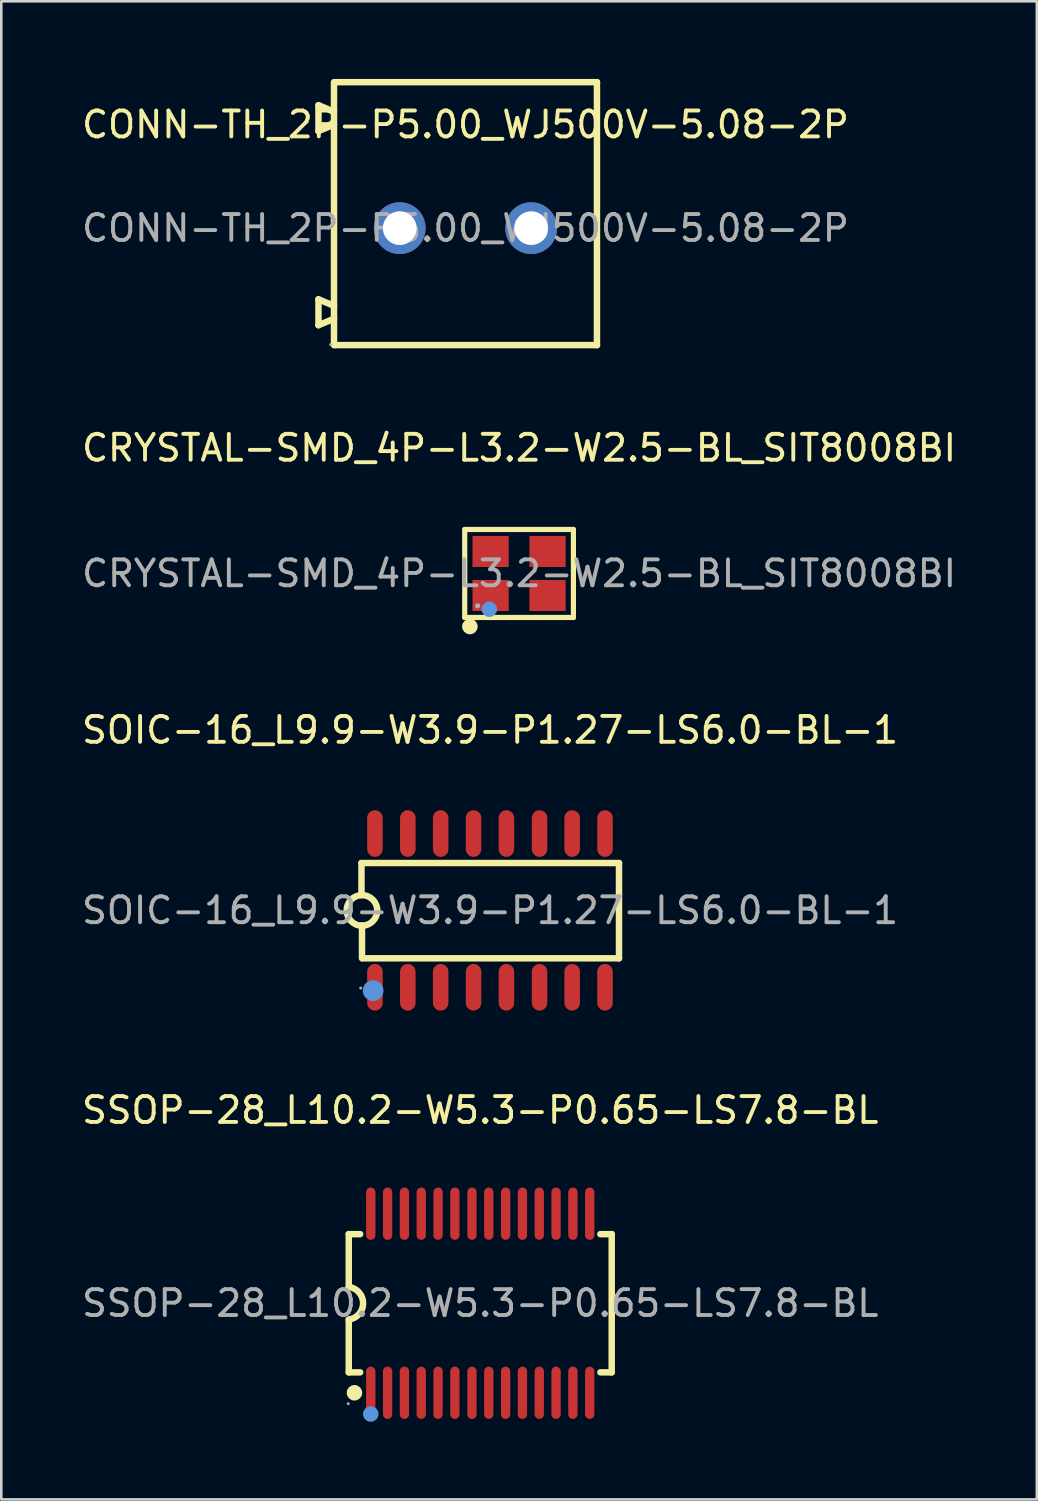
<source format=kicad_pcb>
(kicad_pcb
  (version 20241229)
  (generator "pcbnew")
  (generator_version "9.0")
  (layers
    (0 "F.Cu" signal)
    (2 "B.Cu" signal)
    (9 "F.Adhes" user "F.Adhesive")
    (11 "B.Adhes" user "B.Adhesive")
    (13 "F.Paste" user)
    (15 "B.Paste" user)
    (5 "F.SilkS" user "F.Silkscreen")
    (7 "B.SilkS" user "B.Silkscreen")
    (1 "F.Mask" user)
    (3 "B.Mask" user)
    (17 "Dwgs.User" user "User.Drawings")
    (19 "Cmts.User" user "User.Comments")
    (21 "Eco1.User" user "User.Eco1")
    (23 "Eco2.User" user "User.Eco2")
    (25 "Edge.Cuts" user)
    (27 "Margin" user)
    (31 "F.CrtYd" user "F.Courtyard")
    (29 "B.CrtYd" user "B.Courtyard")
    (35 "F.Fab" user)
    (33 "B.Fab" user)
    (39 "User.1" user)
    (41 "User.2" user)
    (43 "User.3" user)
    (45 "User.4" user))
  (footprint "SOIC-16_L9.9-W3.9-P1.27-LS6.0-BL-1"
    (layer "F.Cu")
    (at 15.887 32.127)
    (property "Reference" "SOIC-16_L9.9-W3.9-P1.27-LS6.0-BL-1" (at 0 -6.97 0) (layer "F.SilkS") (effects (font (size 1 1) (thickness 0.15))))
    (attr through_hole)
    (fp_line (start -4.97 -1.83) (end -4.97 -0.59) (stroke (width 0.25) (type solid)) (layer "F.SilkS"))
    (fp_line (start -4.95 0.58) (end -4.95 1.85) (stroke (width 0.25) (type solid)) (layer "F.SilkS"))
    (fp_line (start -4.92 1.85) (end 4.98 1.85) (stroke (width 0.25) (type solid)) (layer "F.SilkS"))
    (fp_line (start 4.98 -1.83) (end -4.97 -1.83) (stroke (width 0.25) (type solid)) (layer "F.SilkS"))
    (fp_line (start 4.98 1.85) (end 4.98 -1.83) (stroke (width 0.25) (type solid)) (layer "F.SilkS"))
    (fp_arc (start -4.939703 -0.58991) (mid -4.955149 0.589977) (end -4.95 -0.59) (stroke (width 0.25) (type solid)) (layer "F.SilkS"))
    (fp_circle (center -4.52 3.1) (end -4.32 3.1) (stroke (width 0.4) (type solid)) (fill no) (layer "Cmts.User"))
    (fp_circle (center -5 3) (end -4.97 3) (stroke (width 0.06) (type solid)) (fill no) (layer "F.Fab"))
    (fp_text user "${REFERENCE}" (at 0 0 0) (layer "F.Fab") (effects (font (size 1 1) (thickness 0.15))))
    (pad "1" smd oval (at -4.45 2.97 180) (size 0.6 1.8) (layers "F.Cu" "F.Mask" "F.Paste"))
    (pad "2" smd oval (at -3.18 2.97 180) (size 0.6 1.8) (layers "F.Cu" "F.Mask" "F.Paste"))
    (pad "3" smd oval (at -1.91 2.97 180) (size 0.6 1.8) (layers "F.Cu" "F.Mask" "F.Paste"))
    (pad "4" smd oval (at -0.64 2.97 180) (size 0.6 1.8) (layers "F.Cu" "F.Mask" "F.Paste"))
    (pad "5" smd oval (at 0.63 2.97 180) (size 0.6 1.8) (layers "F.Cu" "F.Mask" "F.Paste"))
    (pad "6" smd oval (at 1.91 2.97 180) (size 0.6 1.8) (layers "F.Cu" "F.Mask" "F.Paste"))
    (pad "7" smd oval (at 3.17 2.97 180) (size 0.6 1.8) (layers "F.Cu" "F.Mask" "F.Paste"))
    (pad "8" smd oval (at 4.44 2.97 180) (size 0.6 1.8) (layers "F.Cu" "F.Mask" "F.Paste"))
    (pad "9" smd oval (at 4.44 -2.97 180) (size 0.6 1.8) (layers "F.Cu" "F.Mask" "F.Paste"))
    (pad "10" smd oval (at 3.17 -2.97 180) (size 0.6 1.8) (layers "F.Cu" "F.Mask" "F.Paste"))
    (pad "11" smd oval (at 1.91 -2.97 180) (size 0.6 1.8) (layers "F.Cu" "F.Mask" "F.Paste"))
    (pad "12" smd oval (at 0.63 -2.97 180) (size 0.6 1.8) (layers "F.Cu" "F.Mask" "F.Paste"))
    (pad "13" smd oval (at -0.64 -2.97 180) (size 0.6 1.8) (layers "F.Cu" "F.Mask" "F.Paste"))
    (pad "14" smd oval (at -1.91 -2.97 180) (size 0.6 1.8) (layers "F.Cu" "F.Mask" "F.Paste"))
    (pad "15" smd oval (at -3.18 -2.97 180) (size 0.6 1.8) (layers "F.Cu" "F.Mask" "F.Paste"))
    (pad "16" smd oval (at -4.45 -2.97 180) (size 0.6 1.8) (layers "F.Cu" "F.Mask" "F.Paste")))
  (footprint "CONN-TH_2P-P5.00_WJ500V-5.08-2P"
    (layer "F.Cu")
    (at 14.935 5.765)
    (property "Reference" "CONN-TH_2P-P5.00_WJ500V-5.08-2P" (at 0 -4 0) (layer "F.SilkS") (effects (font (size 1 1) (thickness 0.15))))
    (attr through_hole)
    (fp_line (start -5.68 -4.75) (end -5.68 -3.75) (stroke (width 0.25) (type solid)) (layer "F.SilkS"))
    (fp_line (start -5.68 -3.75) (end -5.08 -4) (stroke (width 0.25) (type solid)) (layer "F.SilkS"))
    (fp_line (start -5.68 2.75) (end -5.68 3.75) (stroke (width 0.25) (type solid)) (layer "F.SilkS"))
    (fp_line (start -5.68 3.75) (end -5.08 3.5) (stroke (width 0.25) (type solid)) (layer "F.SilkS"))
    (fp_line (start -5.08 -4.5) (end -5.68 -4.75) (stroke (width 0.25) (type solid)) (layer "F.SilkS"))
    (fp_line (start -5.08 3) (end -5.68 2.75) (stroke (width 0.25) (type solid)) (layer "F.SilkS"))
    (fp_line (start -5.08 4.52) (end -5.08 -5.64) (stroke (width 0.25) (type solid)) (layer "F.SilkS"))
    (fp_line (start 5.08 -5.64) (end -5.05 -5.64) (stroke (width 0.25) (type solid)) (layer "F.SilkS"))
    (fp_line (start 5.08 4.52) (end -5.05 4.52) (stroke (width 0.25) (type solid)) (layer "F.SilkS"))
    (fp_line (start 5.08 4.52) (end 5.08 -5.64) (stroke (width 0.25) (type solid)) (layer "F.SilkS"))
    (fp_circle (center -5.21 4.5) (end -5.18 4.5) (stroke (width 0.06) (type solid)) (fill no) (layer "F.Fab"))
    (fp_circle (center -2.54 0) (end -2.26 0) (stroke (width 0.55) (type solid)) (fill no) (layer "F.Fab"))
    (fp_circle (center 2.54 0) (end 2.82 0) (stroke (width 0.55) (type solid)) (fill no) (layer "F.Fab"))
    (fp_text user "${REFERENCE}" (at 0 0 0) (layer "F.Fab") (effects (font (size 1 1) (thickness 0.15))))
    (pad "1" thru_hole circle (at -2.54 0 180) (size 2 2) (drill 1.3) (layers "*.Cu" "*.Mask"))
    (pad "2" thru_hole circle (at 2.54 0 180) (size 2 2) (drill 1.3) (layers "*.Cu" "*.Mask")))
  (footprint "CRYSTAL-SMD_4P-L3.2-W2.5-BL_SIT8008BI"
    (layer "F.Cu")
    (at 17.006 19.108)
    (property "Reference" "CRYSTAL-SMD_4P-L3.2-W2.5-BL_SIT8008BI" (at 0 -4.85 0) (layer "F.SilkS") (effects (font (size 1 1) (thickness 0.15))))
    (attr through_hole)
    (fp_line (start -2.1 -1.7) (end -2.1 1.7) (stroke (width 0.2) (type solid)) (layer "F.SilkS"))
    (fp_line (start -2.1 1.7) (end 2.1 1.7) (stroke (width 0.2) (type solid)) (layer "F.SilkS"))
    (fp_line (start 2.1 -1.7) (end -2.1 -1.7) (stroke (width 0.2) (type solid)) (layer "F.SilkS"))
    (fp_line (start 2.1 1.7) (end 2.1 -1.7) (stroke (width 0.2) (type solid)) (layer "F.SilkS"))
    (fp_arc (start -1.9 2.05) (mid -1.9 2.05) (end -1.9 2.05) (stroke (width 0.3) (type solid)) (layer "F.SilkS"))
    (fp_circle (center -1.15 1.38) (end -1 1.38) (stroke (width 0.3) (type solid)) (fill no) (layer "Cmts.User"))
    (fp_circle (center -1.6 1.25) (end -1.55 1.25) (stroke (width 0.1) (type solid)) (fill no) (layer "F.Fab"))
    (fp_text user "${REFERENCE}" (at 0 0 0) (layer "F.Fab") (effects (font (size 1 1) (thickness 0.15))))
    (pad "1" smd rect (at -1.1 0.85) (size 1.4 1.2) (layers "F.Cu" "F.Mask" "F.Paste"))
    (pad "2" smd rect (at 1.1 0.85) (size 1.4 1.2) (layers "F.Cu" "F.Mask" "F.Paste"))
    (pad "3" smd rect (at 1.1 -0.85) (size 1.4 1.2) (layers "F.Cu" "F.Mask" "F.Paste"))
    (pad "4" smd rect (at -1.1 -0.85) (size 1.4 1.2) (layers "F.Cu" "F.Mask" "F.Paste")))
  (footprint "SSOP-28_L10.2-W5.3-P0.65-LS7.8-BL"
    (layer "F.Cu")
    (at 15.506 47.305)
    (property "Reference" "SSOP-28_L10.2-W5.3-P0.65-LS7.8-BL" (at 0 -7.46 0) (layer "F.SilkS") (effects (font (size 1 1) (thickness 0.15))))
    (attr smd)
    (fp_line (start -5.08 -2.67) (end -5.08 -0.63) (stroke (width 0.25) (type solid)) (layer "F.SilkS"))
    (fp_line (start -5.08 -2.67) (end -4.64 -2.67) (stroke (width 0.25) (type solid)) (layer "F.SilkS"))
    (fp_line (start -5.08 2.67) (end -5.08 0.64) (stroke (width 0.25) (type solid)) (layer "F.SilkS"))
    (fp_line (start -5.08 2.67) (end -4.64 2.67) (stroke (width 0.25) (type solid)) (layer "F.SilkS"))
    (fp_line (start 4.64 -2.67) (end 5.08 -2.67) (stroke (width 0.25) (type solid)) (layer "F.SilkS"))
    (fp_line (start 4.64 2.67) (end 5.08 2.67) (stroke (width 0.25) (type solid)) (layer "F.SilkS"))
    (fp_line (start 5.08 -2.67) (end 5.08 2.67) (stroke (width 0.25) (type solid)) (layer "F.SilkS"))
    (fp_arc (start -5.08 -0.63) (mid -4.524941 0.000797) (end -5.081582 0.630199) (stroke (width 0.25) (type solid)) (layer "F.SilkS"))
    (fp_circle (center -4.86 3.46) (end -4.71 3.46) (stroke (width 0.3) (type solid)) (fill no) (layer "F.SilkS"))
    (fp_circle (center -4.23 4.28) (end -4.08 4.28) (stroke (width 0.3) (type solid)) (fill no) (layer "Cmts.User"))
    (fp_circle (center -5.1 3.88) (end -5.07 3.88) (stroke (width 0.06) (type solid)) (fill no) (layer "F.Fab"))
    (fp_text user "${REFERENCE}" (at 0 0 0) (layer "F.Fab") (effects (font (size 1 1) (thickness 0.15))))
    (pad "1" smd oval (at -4.23 3.46) (size 0.36 2.02) (layers "F.Cu" "F.Mask" "F.Paste"))
    (pad "2" smd oval (at -3.58 3.46) (size 0.36 2.02) (layers "F.Cu" "F.Mask" "F.Paste"))
    (pad "3" smd oval (at -2.93 3.46) (size 0.36 2.02) (layers "F.Cu" "F.Mask" "F.Paste"))
    (pad "4" smd oval (at -2.28 3.46) (size 0.36 2.02) (layers "F.Cu" "F.Mask" "F.Paste"))
    (pad "5" smd oval (at -1.63 3.46) (size 0.36 2.02) (layers "F.Cu" "F.Mask" "F.Paste"))
    (pad "6" smd oval (at -0.98 3.46) (size 0.36 2.02) (layers "F.Cu" "F.Mask" "F.Paste"))
    (pad "7" smd oval (at -0.32 3.46) (size 0.36 2.02) (layers "F.Cu" "F.Mask" "F.Paste"))
    (pad "8" smd oval (at 0.33 3.46) (size 0.36 2.02) (layers "F.Cu" "F.Mask" "F.Paste"))
    (pad "9" smd oval (at 0.98 3.46) (size 0.36 2.02) (layers "F.Cu" "F.Mask" "F.Paste"))
    (pad "10" smd oval (at 1.63 3.46) (size 0.36 2.02) (layers "F.Cu" "F.Mask" "F.Paste"))
    (pad "11" smd oval (at 2.28 3.46) (size 0.36 2.02) (layers "F.Cu" "F.Mask" "F.Paste"))
    (pad "12" smd oval (at 2.93 3.46) (size 0.36 2.02) (layers "F.Cu" "F.Mask" "F.Paste"))
    (pad "13" smd oval (at 3.58 3.46) (size 0.36 2.02) (layers "F.Cu" "F.Mask" "F.Paste"))
    (pad "14" smd oval (at 4.23 3.46) (size 0.36 2.02) (layers "F.Cu" "F.Mask" "F.Paste"))
    (pad "15" smd oval (at 4.23 -3.46) (size 0.36 2.02) (layers "F.Cu" "F.Mask" "F.Paste"))
    (pad "16" smd oval (at 3.58 -3.46) (size 0.36 2.02) (layers "F.Cu" "F.Mask" "F.Paste"))
    (pad "17" smd oval (at 2.93 -3.46) (size 0.36 2.02) (layers "F.Cu" "F.Mask" "F.Paste"))
    (pad "18" smd oval (at 2.28 -3.46) (size 0.36 2.02) (layers "F.Cu" "F.Mask" "F.Paste"))
    (pad "19" smd oval (at 1.63 -3.46) (size 0.36 2.02) (layers "F.Cu" "F.Mask" "F.Paste"))
    (pad "20" smd oval (at 0.98 -3.46) (size 0.36 2.02) (layers "F.Cu" "F.Mask" "F.Paste"))
    (pad "21" smd oval (at 0.33 -3.46) (size 0.36 2.02) (layers "F.Cu" "F.Mask" "F.Paste"))
    (pad "22" smd oval (at -0.32 -3.46) (size 0.36 2.02) (layers "F.Cu" "F.Mask" "F.Paste"))
    (pad "23" smd oval (at -0.98 -3.46) (size 0.36 2.02) (layers "F.Cu" "F.Mask" "F.Paste"))
    (pad "24" smd oval (at -1.63 -3.46) (size 0.36 2.02) (layers "F.Cu" "F.Mask" "F.Paste"))
    (pad "25" smd oval (at -2.28 -3.46) (size 0.36 2.02) (layers "F.Cu" "F.Mask" "F.Paste"))
    (pad "26" smd oval (at -2.93 -3.46) (size 0.36 2.02) (layers "F.Cu" "F.Mask" "F.Paste"))
    (pad "27" smd oval (at -3.58 -3.46) (size 0.36 2.02) (layers "F.Cu" "F.Mask" "F.Paste"))
    (pad "28" smd oval (at -4.23 -3.46) (size 0.36 2.02) (layers "F.Cu" "F.Mask" "F.Paste")))
  (gr_rect
    (start -3 -3)
    (end 37.012 54.885)
    (stroke (width 0.1) (type default))
    (fill no)
    (layer "Edge.Cuts")))
</source>
